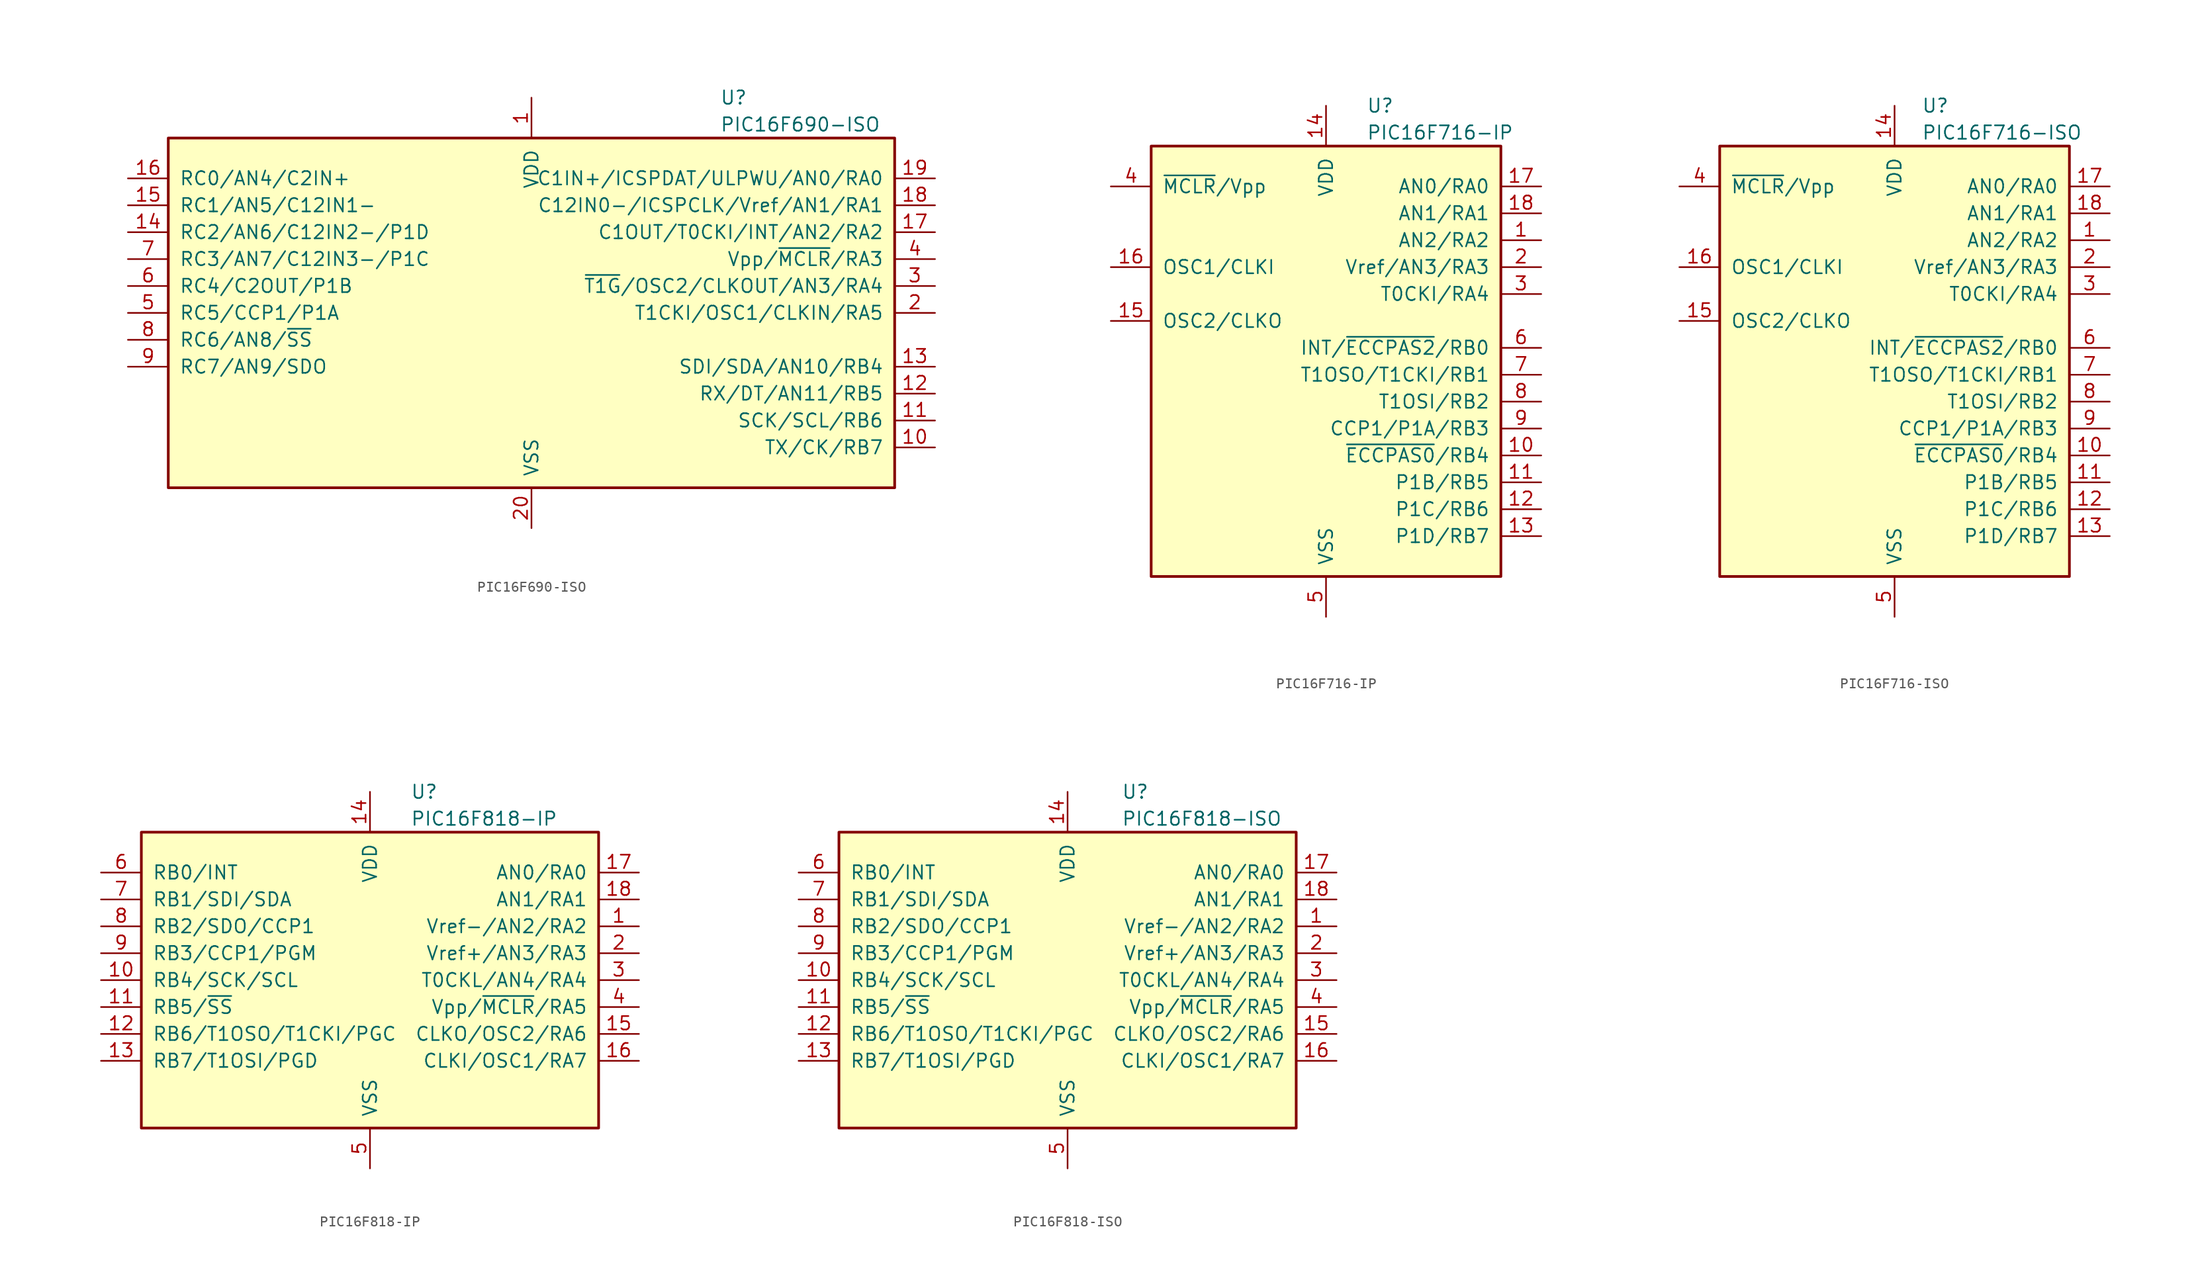
<source format=kicad_sym>
(kicad_symbol_lib
  (version 20220914)
  (generator kicad_symbol_editor)
  (symbol "PIC16F690-ISO"
    (pin_names
      (offset 1.016))
    (property "Reference" "U"
      (at 17.78 20.32 0)
      (effects (font (size 1.27 1.27)) (justify left)))
    (property "Value" "PIC16F690-ISO"
      (at 17.78 17.78 0)
      (effects (font (size 1.27 1.27)) (justify left)))
    (symbol "PIC16F690-ISO_0_1"
      (rectangle (start -34.29 16.51) (end 34.29 -16.51) (stroke (width 0.254) (type default)) (fill (type background))))
    (symbol "PIC16F690-ISO_1_1"
      (pin power_in line (at 0 20.32 270) (length 3.81) (name "VDD" (effects (font (size 1.27 1.27)))) (number "1" (effects (font (size 1.27 1.27)))))
      (pin bidirectional line (at 38.1 -12.7 180) (length 3.81) (name "TX/CK/RB7" (effects (font (size 1.27 1.27)))) (number "10" (effects (font (size 1.27 1.27)))))
      (pin bidirectional line (at 38.1 -10.16 180) (length 3.81) (name "SCK/SCL/RB6" (effects (font (size 1.27 1.27)))) (number "11" (effects (font (size 1.27 1.27)))))
      (pin bidirectional line (at 38.1 -7.62 180) (length 3.81) (name "RX/DT/AN11/RB5" (effects (font (size 1.27 1.27)))) (number "12" (effects (font (size 1.27 1.27)))))
      (pin bidirectional line (at 38.1 -5.08 180) (length 3.81) (name "SDI/SDA/AN10/RB4" (effects (font (size 1.27 1.27)))) (number "13" (effects (font (size 1.27 1.27)))))
      (pin bidirectional line (at -38.1 7.62 0) (length 3.81) (name "RC2/AN6/C12IN2-/P1D" (effects (font (size 1.27 1.27)))) (number "14" (effects (font (size 1.27 1.27)))))
      (pin bidirectional line (at -38.1 10.16 0) (length 3.81) (name "RC1/AN5/C12IN1-" (effects (font (size 1.27 1.27)))) (number "15" (effects (font (size 1.27 1.27)))))
      (pin bidirectional line (at -38.1 12.7 0) (length 3.81) (name "RC0/AN4/C2IN+" (effects (font (size 1.27 1.27)))) (number "16" (effects (font (size 1.27 1.27)))))
      (pin bidirectional line (at 38.1 7.62 180) (length 3.81) (name "C1OUT/T0CKI/INT/AN2/RA2" (effects (font (size 1.27 1.27)))) (number "17" (effects (font (size 1.27 1.27)))))
      (pin bidirectional line (at 38.1 10.16 180) (length 3.81) (name "C12IN0-/ICSPCLK/Vref/AN1/RA1" (effects (font (size 1.27 1.27)))) (number "18" (effects (font (size 1.27 1.27)))))
      (pin bidirectional line (at 38.1 12.7 180) (length 3.81) (name "C1IN+/ICSPDAT/ULPWU/AN0/RA0" (effects (font (size 1.27 1.27)))) (number "19" (effects (font (size 1.27 1.27)))))
      (pin bidirectional line (at 38.1 0 180) (length 3.81) (name "T1CKI/OSC1/CLKIN/RA5" (effects (font (size 1.27 1.27)))) (number "2" (effects (font (size 1.27 1.27)))))
      (pin power_in line (at 0 -20.32 90) (length 3.81) (name "VSS" (effects (font (size 1.27 1.27)))) (number "20" (effects (font (size 1.27 1.27)))))
      (pin bidirectional line (at 38.1 2.54 180) (length 3.81) (name "~{T1G}/OSC2/CLKOUT/AN3/RA4" (effects (font (size 1.27 1.27)))) (number "3" (effects (font (size 1.27 1.27)))))
      (pin input line (at 38.1 5.08 180) (length 3.81) (name "Vpp/~{MCLR}/RA3" (effects (font (size 1.27 1.27)))) (number "4" (effects (font (size 1.27 1.27)))))
      (pin bidirectional line (at -38.1 0 0) (length 3.81) (name "RC5/CCP1/P1A" (effects (font (size 1.27 1.27)))) (number "5" (effects (font (size 1.27 1.27)))))
      (pin bidirectional line (at -38.1 2.54 0) (length 3.81) (name "RC4/C2OUT/P1B" (effects (font (size 1.27 1.27)))) (number "6" (effects (font (size 1.27 1.27)))))
      (pin bidirectional line (at -38.1 5.08 0) (length 3.81) (name "RC3/AN7/C12IN3-/P1C" (effects (font (size 1.27 1.27)))) (number "7" (effects (font (size 1.27 1.27)))))
      (pin bidirectional line (at -38.1 -2.54 0) (length 3.81) (name "RC6/AN8/~{SS}" (effects (font (size 1.27 1.27)))) (number "8" (effects (font (size 1.27 1.27)))))
      (pin bidirectional line (at -38.1 -5.08 0) (length 3.81) (name "RC7/AN9/SDO" (effects (font (size 1.27 1.27)))) (number "9" (effects (font (size 1.27 1.27)))))))
  (symbol "PIC16F716-IP"
    (pin_names
      (offset 1.016))
    (property "Reference" "U"
      (at 3.81 22.86 0)
      (effects (font (size 1.27 1.27)) (justify left)))
    (property "Value" "PIC16F716-IP"
      (at 3.81 20.32 0)
      (effects (font (size 1.27 1.27)) (justify left)))
    (symbol "PIC16F716-IP_0_1"
      (rectangle (start -16.51 19.05) (end 16.51 -21.59) (stroke (width 0.254) (type default)) (fill (type background))))
    (symbol "PIC16F716-IP_1_1"
      (pin bidirectional line (at 20.32 10.16 180) (length 3.81) (name "AN2/RA2" (effects (font (size 1.27 1.27)))) (number "1" (effects (font (size 1.27 1.27)))))
      (pin bidirectional line (at 20.32 -10.16 180) (length 3.81) (name "~{ECCPAS0}/RB4" (effects (font (size 1.27 1.27)))) (number "10" (effects (font (size 1.27 1.27)))))
      (pin bidirectional line (at 20.32 -12.7 180) (length 3.81) (name "P1B/RB5" (effects (font (size 1.27 1.27)))) (number "11" (effects (font (size 1.27 1.27)))))
      (pin bidirectional line (at 20.32 -15.24 180) (length 3.81) (name "P1C/RB6" (effects (font (size 1.27 1.27)))) (number "12" (effects (font (size 1.27 1.27)))))
      (pin bidirectional line (at 20.32 -17.78 180) (length 3.81) (name "P1D/RB7" (effects (font (size 1.27 1.27)))) (number "13" (effects (font (size 1.27 1.27)))))
      (pin power_in line (at 0 22.86 270) (length 3.81) (name "VDD" (effects (font (size 1.27 1.27)))) (number "14" (effects (font (size 1.27 1.27)))))
      (pin output line (at -20.32 2.54 0) (length 3.81) (name "OSC2/CLKO" (effects (font (size 1.27 1.27)))) (number "15" (effects (font (size 1.27 1.27)))))
      (pin input line (at -20.32 7.62 0) (length 3.81) (name "OSC1/CLKI" (effects (font (size 1.27 1.27)))) (number "16" (effects (font (size 1.27 1.27)))))
      (pin bidirectional line (at 20.32 15.24 180) (length 3.81) (name "AN0/RA0" (effects (font (size 1.27 1.27)))) (number "17" (effects (font (size 1.27 1.27)))))
      (pin bidirectional line (at 20.32 12.7 180) (length 3.81) (name "AN1/RA1" (effects (font (size 1.27 1.27)))) (number "18" (effects (font (size 1.27 1.27)))))
      (pin bidirectional line (at 20.32 7.62 180) (length 3.81) (name "Vref/AN3/RA3" (effects (font (size 1.27 1.27)))) (number "2" (effects (font (size 1.27 1.27)))))
      (pin output line (at 20.32 5.08 180) (length 3.81) (name "T0CKI/RA4" (effects (font (size 1.27 1.27)))) (number "3" (effects (font (size 1.27 1.27)))))
      (pin input line (at -20.32 15.24 0) (length 3.81) (name "~{MCLR}/Vpp" (effects (font (size 1.27 1.27)))) (number "4" (effects (font (size 1.27 1.27)))))
      (pin power_in line (at 0 -25.4 90) (length 3.81) (name "VSS" (effects (font (size 1.27 1.27)))) (number "5" (effects (font (size 1.27 1.27)))))
      (pin bidirectional line (at 20.32 0 180) (length 3.81) (name "INT/~{ECCPAS2}/RB0" (effects (font (size 1.27 1.27)))) (number "6" (effects (font (size 1.27 1.27)))))
      (pin bidirectional line (at 20.32 -2.54 180) (length 3.81) (name "T1OSO/T1CKI/RB1" (effects (font (size 1.27 1.27)))) (number "7" (effects (font (size 1.27 1.27)))))
      (pin bidirectional line (at 20.32 -5.08 180) (length 3.81) (name "T1OSI/RB2" (effects (font (size 1.27 1.27)))) (number "8" (effects (font (size 1.27 1.27)))))
      (pin bidirectional line (at 20.32 -7.62 180) (length 3.81) (name "CCP1/P1A/RB3" (effects (font (size 1.27 1.27)))) (number "9" (effects (font (size 1.27 1.27)))))))
  (symbol "PIC16F716-ISO"
    (pin_names
      (offset 1.016))
    (property "Reference" "U"
      (at 2.54 22.86 0)
      (effects (font (size 1.27 1.27)) (justify left)))
    (property "Value" "PIC16F716-ISO"
      (at 2.54 20.32 0)
      (effects (font (size 1.27 1.27)) (justify left)))
    (symbol "PIC16F716-ISO_0_1"
      (rectangle (start -16.51 19.05) (end 16.51 -21.59) (stroke (width 0.254) (type default)) (fill (type background))))
    (symbol "PIC16F716-ISO_1_1"
      (pin bidirectional line (at 20.32 10.16 180) (length 3.81) (name "AN2/RA2" (effects (font (size 1.27 1.27)))) (number "1" (effects (font (size 1.27 1.27)))))
      (pin bidirectional line (at 20.32 -10.16 180) (length 3.81) (name "~{ECCPAS0}/RB4" (effects (font (size 1.27 1.27)))) (number "10" (effects (font (size 1.27 1.27)))))
      (pin bidirectional line (at 20.32 -12.7 180) (length 3.81) (name "P1B/RB5" (effects (font (size 1.27 1.27)))) (number "11" (effects (font (size 1.27 1.27)))))
      (pin bidirectional line (at 20.32 -15.24 180) (length 3.81) (name "P1C/RB6" (effects (font (size 1.27 1.27)))) (number "12" (effects (font (size 1.27 1.27)))))
      (pin bidirectional line (at 20.32 -17.78 180) (length 3.81) (name "P1D/RB7" (effects (font (size 1.27 1.27)))) (number "13" (effects (font (size 1.27 1.27)))))
      (pin power_in line (at 0 22.86 270) (length 3.81) (name "VDD" (effects (font (size 1.27 1.27)))) (number "14" (effects (font (size 1.27 1.27)))))
      (pin output line (at -20.32 2.54 0) (length 3.81) (name "OSC2/CLKO" (effects (font (size 1.27 1.27)))) (number "15" (effects (font (size 1.27 1.27)))))
      (pin input line (at -20.32 7.62 0) (length 3.81) (name "OSC1/CLKI" (effects (font (size 1.27 1.27)))) (number "16" (effects (font (size 1.27 1.27)))))
      (pin bidirectional line (at 20.32 15.24 180) (length 3.81) (name "AN0/RA0" (effects (font (size 1.27 1.27)))) (number "17" (effects (font (size 1.27 1.27)))))
      (pin bidirectional line (at 20.32 12.7 180) (length 3.81) (name "AN1/RA1" (effects (font (size 1.27 1.27)))) (number "18" (effects (font (size 1.27 1.27)))))
      (pin bidirectional line (at 20.32 7.62 180) (length 3.81) (name "Vref/AN3/RA3" (effects (font (size 1.27 1.27)))) (number "2" (effects (font (size 1.27 1.27)))))
      (pin output line (at 20.32 5.08 180) (length 3.81) (name "T0CKI/RA4" (effects (font (size 1.27 1.27)))) (number "3" (effects (font (size 1.27 1.27)))))
      (pin input line (at -20.32 15.24 0) (length 3.81) (name "~{MCLR}/Vpp" (effects (font (size 1.27 1.27)))) (number "4" (effects (font (size 1.27 1.27)))))
      (pin power_in line (at 0 -25.4 90) (length 3.81) (name "VSS" (effects (font (size 1.27 1.27)))) (number "5" (effects (font (size 1.27 1.27)))))
      (pin bidirectional line (at 20.32 0 180) (length 3.81) (name "INT/~{ECCPAS2}/RB0" (effects (font (size 1.27 1.27)))) (number "6" (effects (font (size 1.27 1.27)))))
      (pin bidirectional line (at 20.32 -2.54 180) (length 3.81) (name "T1OSO/T1CKI/RB1" (effects (font (size 1.27 1.27)))) (number "7" (effects (font (size 1.27 1.27)))))
      (pin bidirectional line (at 20.32 -5.08 180) (length 3.81) (name "T1OSI/RB2" (effects (font (size 1.27 1.27)))) (number "8" (effects (font (size 1.27 1.27)))))
      (pin bidirectional line (at 20.32 -7.62 180) (length 3.81) (name "CCP1/P1A/RB3" (effects (font (size 1.27 1.27)))) (number "9" (effects (font (size 1.27 1.27)))))))
  (symbol "PIC16F818-IP"
    (pin_names
      (offset 1.016))
    (property "Reference" "U"
      (at 3.81 17.78 0)
      (effects (font (size 1.27 1.27)) (justify left)))
    (property "Value" "PIC16F818-IP"
      (at 3.81 15.24 0)
      (effects (font (size 1.27 1.27)) (justify left)))
    (symbol "PIC16F818-IP_0_1"
      (rectangle (start -21.59 13.97) (end 21.59 -13.97) (stroke (width 0.254) (type default)) (fill (type background))))
    (symbol "PIC16F818-IP_1_1"
      (pin bidirectional line (at 25.4 5.08 180) (length 3.81) (name "Vref-/AN2/RA2" (effects (font (size 1.27 1.27)))) (number "1" (effects (font (size 1.27 1.27)))))
      (pin bidirectional line (at -25.4 0 0) (length 3.81) (name "RB4/SCK/SCL" (effects (font (size 1.27 1.27)))) (number "10" (effects (font (size 1.27 1.27)))))
      (pin bidirectional line (at -25.4 -2.54 0) (length 3.81) (name "RB5/~{SS}" (effects (font (size 1.27 1.27)))) (number "11" (effects (font (size 1.27 1.27)))))
      (pin bidirectional line (at -25.4 -5.08 0) (length 3.81) (name "RB6/T1OSO/T1CKI/PGC" (effects (font (size 1.27 1.27)))) (number "12" (effects (font (size 1.27 1.27)))))
      (pin bidirectional line (at -25.4 -7.62 0) (length 3.81) (name "RB7/T1OSI/PGD" (effects (font (size 1.27 1.27)))) (number "13" (effects (font (size 1.27 1.27)))))
      (pin power_in line (at 0 17.78 270) (length 3.81) (name "VDD" (effects (font (size 1.27 1.27)))) (number "14" (effects (font (size 1.27 1.27)))))
      (pin bidirectional line (at 25.4 -5.08 180) (length 3.81) (name "CLKO/OSC2/RA6" (effects (font (size 1.27 1.27)))) (number "15" (effects (font (size 1.27 1.27)))))
      (pin bidirectional line (at 25.4 -7.62 180) (length 3.81) (name "CLKI/OSC1/RA7" (effects (font (size 1.27 1.27)))) (number "16" (effects (font (size 1.27 1.27)))))
      (pin bidirectional line (at 25.4 10.16 180) (length 3.81) (name "AN0/RA0" (effects (font (size 1.27 1.27)))) (number "17" (effects (font (size 1.27 1.27)))))
      (pin bidirectional line (at 25.4 7.62 180) (length 3.81) (name "AN1/RA1" (effects (font (size 1.27 1.27)))) (number "18" (effects (font (size 1.27 1.27)))))
      (pin bidirectional line (at 25.4 2.54 180) (length 3.81) (name "Vref+/AN3/RA3" (effects (font (size 1.27 1.27)))) (number "2" (effects (font (size 1.27 1.27)))))
      (pin bidirectional line (at 25.4 0 180) (length 3.81) (name "T0CKL/AN4/RA4" (effects (font (size 1.27 1.27)))) (number "3" (effects (font (size 1.27 1.27)))))
      (pin input line (at 25.4 -2.54 180) (length 3.81) (name "Vpp/~{MCLR}/RA5" (effects (font (size 1.27 1.27)))) (number "4" (effects (font (size 1.27 1.27)))))
      (pin power_in line (at 0 -17.78 90) (length 3.81) (name "VSS" (effects (font (size 1.27 1.27)))) (number "5" (effects (font (size 1.27 1.27)))))
      (pin bidirectional line (at -25.4 10.16 0) (length 3.81) (name "RB0/INT" (effects (font (size 1.27 1.27)))) (number "6" (effects (font (size 1.27 1.27)))))
      (pin bidirectional line (at -25.4 7.62 0) (length 3.81) (name "RB1/SDI/SDA" (effects (font (size 1.27 1.27)))) (number "7" (effects (font (size 1.27 1.27)))))
      (pin bidirectional line (at -25.4 5.08 0) (length 3.81) (name "RB2/SDO/CCP1" (effects (font (size 1.27 1.27)))) (number "8" (effects (font (size 1.27 1.27)))))
      (pin bidirectional line (at -25.4 2.54 0) (length 3.81) (name "RB3/CCP1/PGM" (effects (font (size 1.27 1.27)))) (number "9" (effects (font (size 1.27 1.27)))))))
  (symbol "PIC16F818-ISO"
    (pin_names
      (offset 1.016))
    (property "Reference" "U"
      (at 5.08 17.78 0)
      (effects (font (size 1.27 1.27)) (justify left)))
    (property "Value" "PIC16F818-ISO"
      (at 5.08 15.24 0)
      (effects (font (size 1.27 1.27)) (justify left)))
    (symbol "PIC16F818-ISO_0_1"
      (rectangle (start -21.59 13.97) (end 21.59 -13.97) (stroke (width 0.254) (type default)) (fill (type background))))
    (symbol "PIC16F818-ISO_1_1"
      (pin bidirectional line (at 25.4 5.08 180) (length 3.81) (name "Vref-/AN2/RA2" (effects (font (size 1.27 1.27)))) (number "1" (effects (font (size 1.27 1.27)))))
      (pin bidirectional line (at -25.4 0 0) (length 3.81) (name "RB4/SCK/SCL" (effects (font (size 1.27 1.27)))) (number "10" (effects (font (size 1.27 1.27)))))
      (pin bidirectional line (at -25.4 -2.54 0) (length 3.81) (name "RB5/~{SS}" (effects (font (size 1.27 1.27)))) (number "11" (effects (font (size 1.27 1.27)))))
      (pin bidirectional line (at -25.4 -5.08 0) (length 3.81) (name "RB6/T1OSO/T1CKI/PGC" (effects (font (size 1.27 1.27)))) (number "12" (effects (font (size 1.27 1.27)))))
      (pin bidirectional line (at -25.4 -7.62 0) (length 3.81) (name "RB7/T1OSI/PGD" (effects (font (size 1.27 1.27)))) (number "13" (effects (font (size 1.27 1.27)))))
      (pin power_in line (at 0 17.78 270) (length 3.81) (name "VDD" (effects (font (size 1.27 1.27)))) (number "14" (effects (font (size 1.27 1.27)))))
      (pin bidirectional line (at 25.4 -5.08 180) (length 3.81) (name "CLKO/OSC2/RA6" (effects (font (size 1.27 1.27)))) (number "15" (effects (font (size 1.27 1.27)))))
      (pin bidirectional line (at 25.4 -7.62 180) (length 3.81) (name "CLKI/OSC1/RA7" (effects (font (size 1.27 1.27)))) (number "16" (effects (font (size 1.27 1.27)))))
      (pin bidirectional line (at 25.4 10.16 180) (length 3.81) (name "AN0/RA0" (effects (font (size 1.27 1.27)))) (number "17" (effects (font (size 1.27 1.27)))))
      (pin bidirectional line (at 25.4 7.62 180) (length 3.81) (name "AN1/RA1" (effects (font (size 1.27 1.27)))) (number "18" (effects (font (size 1.27 1.27)))))
      (pin bidirectional line (at 25.4 2.54 180) (length 3.81) (name "Vref+/AN3/RA3" (effects (font (size 1.27 1.27)))) (number "2" (effects (font (size 1.27 1.27)))))
      (pin bidirectional line (at 25.4 0 180) (length 3.81) (name "T0CKL/AN4/RA4" (effects (font (size 1.27 1.27)))) (number "3" (effects (font (size 1.27 1.27)))))
      (pin input line (at 25.4 -2.54 180) (length 3.81) (name "Vpp/~{MCLR}/RA5" (effects (font (size 1.27 1.27)))) (number "4" (effects (font (size 1.27 1.27)))))
      (pin power_in line (at 0 -17.78 90) (length 3.81) (name "VSS" (effects (font (size 1.27 1.27)))) (number "5" (effects (font (size 1.27 1.27)))))
      (pin bidirectional line (at -25.4 10.16 0) (length 3.81) (name "RB0/INT" (effects (font (size 1.27 1.27)))) (number "6" (effects (font (size 1.27 1.27)))))
      (pin bidirectional line (at -25.4 7.62 0) (length 3.81) (name "RB1/SDI/SDA" (effects (font (size 1.27 1.27)))) (number "7" (effects (font (size 1.27 1.27)))))
      (pin bidirectional line (at -25.4 5.08 0) (length 3.81) (name "RB2/SDO/CCP1" (effects (font (size 1.27 1.27)))) (number "8" (effects (font (size 1.27 1.27)))))
      (pin bidirectional line (at -25.4 2.54 0) (length 3.81) (name "RB3/CCP1/PGM" (effects (font (size 1.27 1.27)))) (number "9" (effects (font (size 1.27 1.27))))))))
</source>
